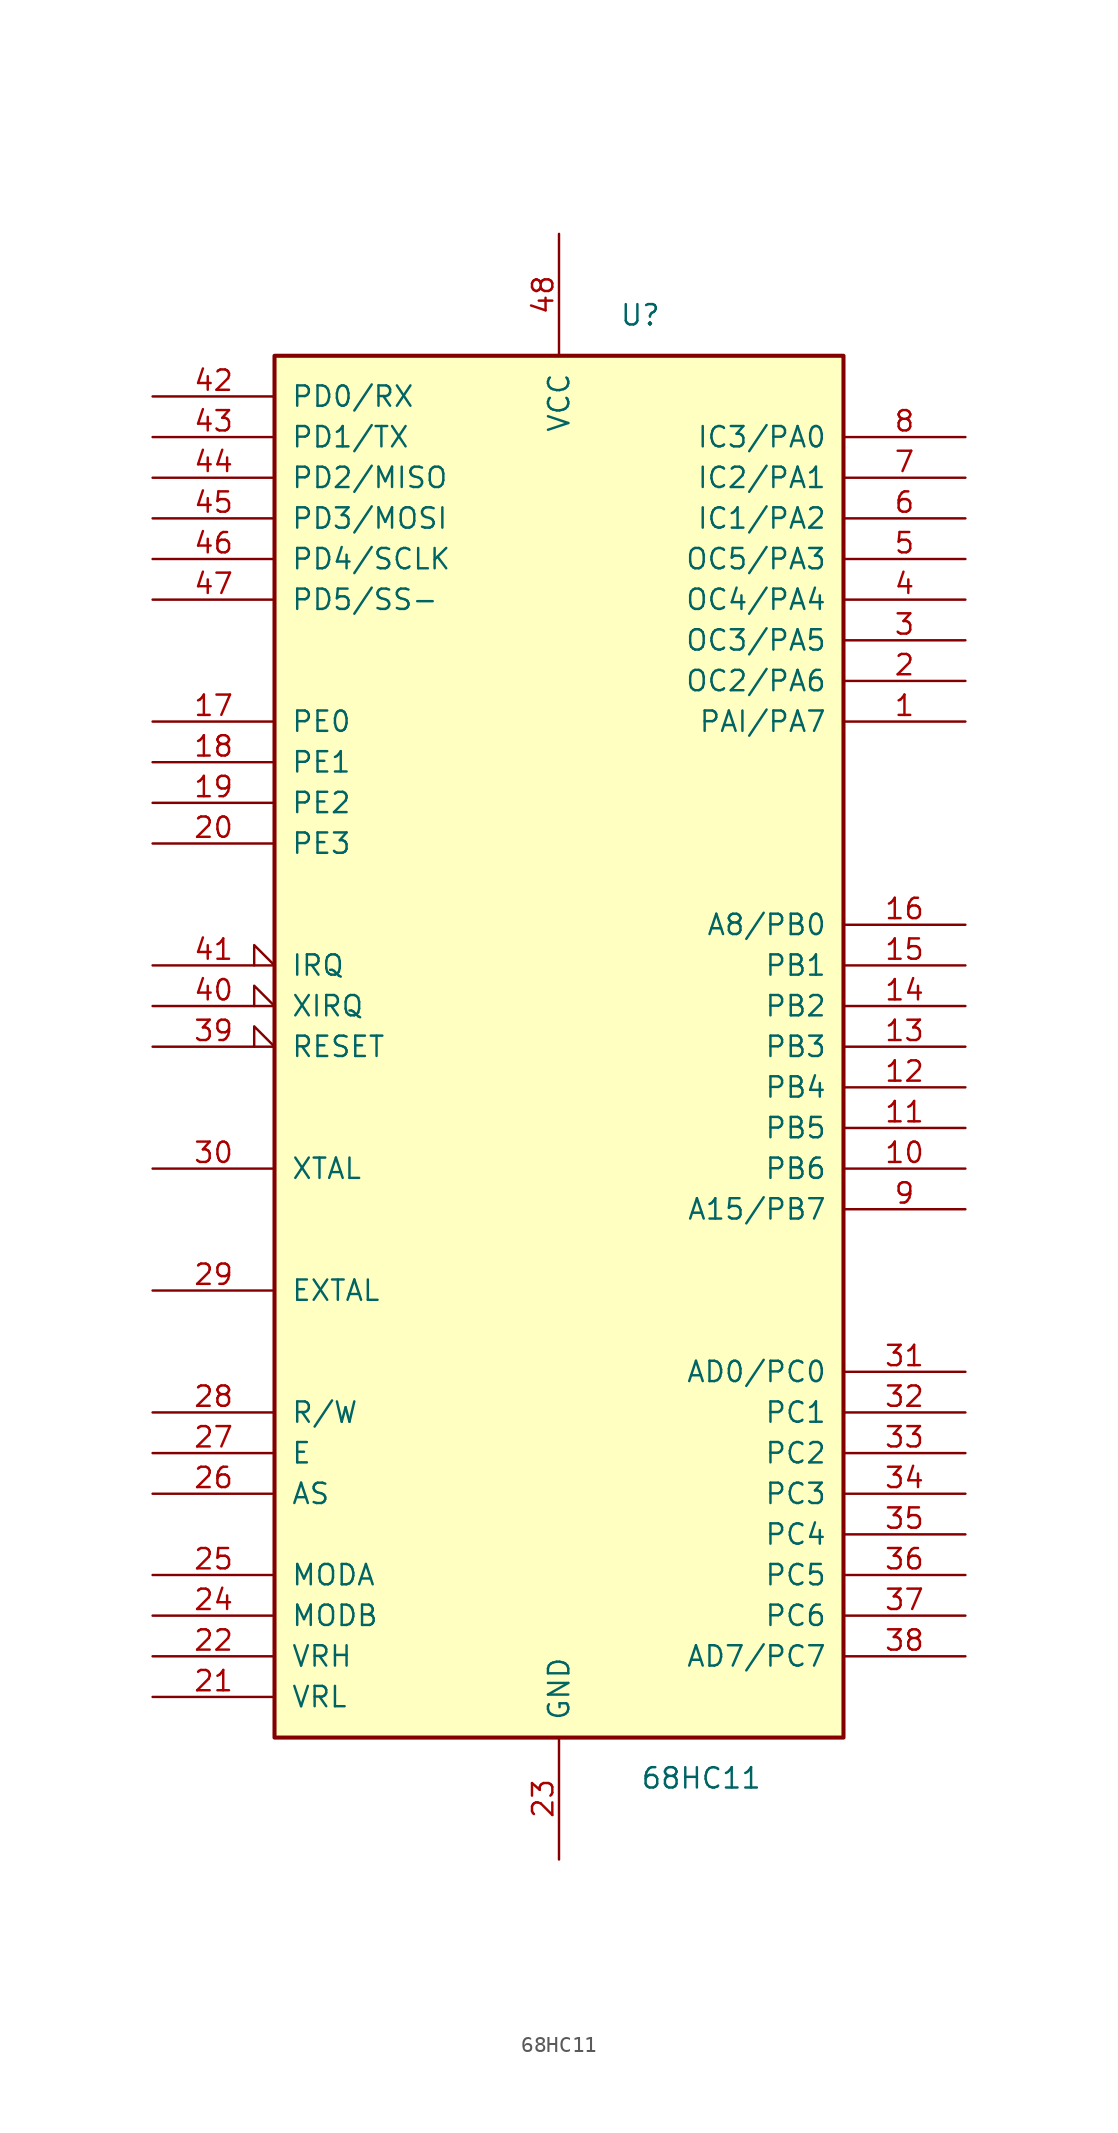
<source format=kicad_sym>
(kicad_symbol_lib
  (version 20201005)
  (generator kicad_symbol_editor)
  (symbol "68HC11"
    (pin_names
      (offset 1.016))
    (property "Reference" "U"
      (at 5.08 45.72 0)
      (effects (font (size 1.27 1.27))))
    (property "Value" "68HC11"
      (at 8.89 -45.72 0)
      (effects (font (size 1.27 1.27))))
    (symbol "68HC11_0_1"
      (rectangle (start -17.78 -43.18) (end 17.78 43.18) (stroke (width 0.254)) (fill (type background))))
    (symbol "68HC11_1_1"
      (pin input line (at 25.4 20.32 180) (length 7.62) (name "PAI/PA7" (effects (font (size 1.27 1.27)))) (number "1" (effects (font (size 1.27 1.27)))))
      (pin output line (at 25.4 -7.62 180) (length 7.62) (name "PB6" (effects (font (size 1.27 1.27)))) (number "10" (effects (font (size 1.27 1.27)))))
      (pin output line (at 25.4 -5.08 180) (length 7.62) (name "PB5" (effects (font (size 1.27 1.27)))) (number "11" (effects (font (size 1.27 1.27)))))
      (pin output line (at 25.4 -2.54 180) (length 7.62) (name "PB4" (effects (font (size 1.27 1.27)))) (number "12" (effects (font (size 1.27 1.27)))))
      (pin output line (at 25.4 0 180) (length 7.62) (name "PB3" (effects (font (size 1.27 1.27)))) (number "13" (effects (font (size 1.27 1.27)))))
      (pin output line (at 25.4 2.54 180) (length 7.62) (name "PB2" (effects (font (size 1.27 1.27)))) (number "14" (effects (font (size 1.27 1.27)))))
      (pin output line (at 25.4 5.08 180) (length 7.62) (name "PB1" (effects (font (size 1.27 1.27)))) (number "15" (effects (font (size 1.27 1.27)))))
      (pin output line (at 25.4 7.62 180) (length 7.62) (name "A8/PB0" (effects (font (size 1.27 1.27)))) (number "16" (effects (font (size 1.27 1.27)))))
      (pin input line (at -25.4 20.32 0) (length 7.62) (name "PE0" (effects (font (size 1.27 1.27)))) (number "17" (effects (font (size 1.27 1.27)))))
      (pin input line (at -25.4 17.78 0) (length 7.62) (name "PE1" (effects (font (size 1.27 1.27)))) (number "18" (effects (font (size 1.27 1.27)))))
      (pin input line (at -25.4 15.24 0) (length 7.62) (name "PE2" (effects (font (size 1.27 1.27)))) (number "19" (effects (font (size 1.27 1.27)))))
      (pin output line (at 25.4 22.86 180) (length 7.62) (name "OC2/PA6" (effects (font (size 1.27 1.27)))) (number "2" (effects (font (size 1.27 1.27)))))
      (pin input line (at -25.4 12.7 0) (length 7.62) (name "PE3" (effects (font (size 1.27 1.27)))) (number "20" (effects (font (size 1.27 1.27)))))
      (pin passive line (at -25.4 -40.64 0) (length 7.62) (name "VRL" (effects (font (size 1.27 1.27)))) (number "21" (effects (font (size 1.27 1.27)))))
      (pin passive line (at -25.4 -38.1 0) (length 7.62) (name "VRH" (effects (font (size 1.27 1.27)))) (number "22" (effects (font (size 1.27 1.27)))))
      (pin power_in line (at 0 -50.8 90) (length 7.62) (name "GND" (effects (font (size 1.27 1.27)))) (number "23" (effects (font (size 1.27 1.27)))))
      (pin input line (at -25.4 -35.56 0) (length 7.62) (name "MODB" (effects (font (size 1.27 1.27)))) (number "24" (effects (font (size 1.27 1.27)))))
      (pin input line (at -25.4 -33.02 0) (length 7.62) (name "MODA" (effects (font (size 1.27 1.27)))) (number "25" (effects (font (size 1.27 1.27)))))
      (pin output line (at -25.4 -27.94 0) (length 7.62) (name "AS" (effects (font (size 1.27 1.27)))) (number "26" (effects (font (size 1.27 1.27)))))
      (pin output line (at -25.4 -25.4 0) (length 7.62) (name "E" (effects (font (size 1.27 1.27)))) (number "27" (effects (font (size 1.27 1.27)))))
      (pin output line (at -25.4 -22.86 0) (length 7.62) (name "R/W" (effects (font (size 1.27 1.27)))) (number "28" (effects (font (size 1.27 1.27)))))
      (pin input line (at -25.4 -15.24 0) (length 7.62) (name "EXTAL" (effects (font (size 1.27 1.27)))) (number "29" (effects (font (size 1.27 1.27)))))
      (pin output line (at 25.4 25.4 180) (length 7.62) (name "OC3/PA5" (effects (font (size 1.27 1.27)))) (number "3" (effects (font (size 1.27 1.27)))))
      (pin output line (at -25.4 -7.62 0) (length 7.62) (name "XTAL" (effects (font (size 1.27 1.27)))) (number "30" (effects (font (size 1.27 1.27)))))
      (pin tri_state line (at 25.4 -20.32 180) (length 7.62) (name "AD0/PC0" (effects (font (size 1.27 1.27)))) (number "31" (effects (font (size 1.27 1.27)))))
      (pin tri_state line (at 25.4 -22.86 180) (length 7.62) (name "PC1" (effects (font (size 1.27 1.27)))) (number "32" (effects (font (size 1.27 1.27)))))
      (pin tri_state line (at 25.4 -25.4 180) (length 7.62) (name "PC2" (effects (font (size 1.27 1.27)))) (number "33" (effects (font (size 1.27 1.27)))))
      (pin tri_state line (at 25.4 -27.94 180) (length 7.62) (name "PC3" (effects (font (size 1.27 1.27)))) (number "34" (effects (font (size 1.27 1.27)))))
      (pin tri_state line (at 25.4 -30.48 180) (length 7.62) (name "PC4" (effects (font (size 1.27 1.27)))) (number "35" (effects (font (size 1.27 1.27)))))
      (pin tri_state line (at 25.4 -33.02 180) (length 7.62) (name "PC5" (effects (font (size 1.27 1.27)))) (number "36" (effects (font (size 1.27 1.27)))))
      (pin tri_state line (at 25.4 -35.56 180) (length 7.62) (name "PC6" (effects (font (size 1.27 1.27)))) (number "37" (effects (font (size 1.27 1.27)))))
      (pin tri_state line (at 25.4 -38.1 180) (length 7.62) (name "AD7/PC7" (effects (font (size 1.27 1.27)))) (number "38" (effects (font (size 1.27 1.27)))))
      (pin input input_low (at -25.4 0 0) (length 7.62) (name "RESET" (effects (font (size 1.27 1.27)))) (number "39" (effects (font (size 1.27 1.27)))))
      (pin output line (at 25.4 27.94 180) (length 7.62) (name "OC4/PA4" (effects (font (size 1.27 1.27)))) (number "4" (effects (font (size 1.27 1.27)))))
      (pin input input_low (at -25.4 2.54 0) (length 7.62) (name "XIRQ" (effects (font (size 1.27 1.27)))) (number "40" (effects (font (size 1.27 1.27)))))
      (pin input input_low (at -25.4 5.08 0) (length 7.62) (name "IRQ" (effects (font (size 1.27 1.27)))) (number "41" (effects (font (size 1.27 1.27)))))
      (pin input line (at -25.4 40.64 0) (length 7.62) (name "PD0/RX" (effects (font (size 1.27 1.27)))) (number "42" (effects (font (size 1.27 1.27)))))
      (pin input line (at -25.4 38.1 0) (length 7.62) (name "PD1/TX" (effects (font (size 1.27 1.27)))) (number "43" (effects (font (size 1.27 1.27)))))
      (pin input line (at -25.4 35.56 0) (length 7.62) (name "PD2/MISO" (effects (font (size 1.27 1.27)))) (number "44" (effects (font (size 1.27 1.27)))))
      (pin input line (at -25.4 33.02 0) (length 7.62) (name "PD3/MOSI" (effects (font (size 1.27 1.27)))) (number "45" (effects (font (size 1.27 1.27)))))
      (pin input line (at -25.4 30.48 0) (length 7.62) (name "PD4/SCLK" (effects (font (size 1.27 1.27)))) (number "46" (effects (font (size 1.27 1.27)))))
      (pin input line (at -25.4 27.94 0) (length 7.62) (name "PD5/SS-" (effects (font (size 1.27 1.27)))) (number "47" (effects (font (size 1.27 1.27)))))
      (pin power_in line (at 0 50.8 270) (length 7.62) (name "VCC" (effects (font (size 1.27 1.27)))) (number "48" (effects (font (size 1.27 1.27)))))
      (pin output line (at 25.4 30.48 180) (length 7.62) (name "OC5/PA3" (effects (font (size 1.27 1.27)))) (number "5" (effects (font (size 1.27 1.27)))))
      (pin input line (at 25.4 33.02 180) (length 7.62) (name "IC1/PA2" (effects (font (size 1.27 1.27)))) (number "6" (effects (font (size 1.27 1.27)))))
      (pin input line (at 25.4 35.56 180) (length 7.62) (name "IC2/PA1" (effects (font (size 1.27 1.27)))) (number "7" (effects (font (size 1.27 1.27)))))
      (pin input line (at 25.4 38.1 180) (length 7.62) (name "IC3/PA0" (effects (font (size 1.27 1.27)))) (number "8" (effects (font (size 1.27 1.27)))))
      (pin output line (at 25.4 -10.16 180) (length 7.62) (name "A15/PB7" (effects (font (size 1.27 1.27)))) (number "9" (effects (font (size 1.27 1.27))))))))
</source>
